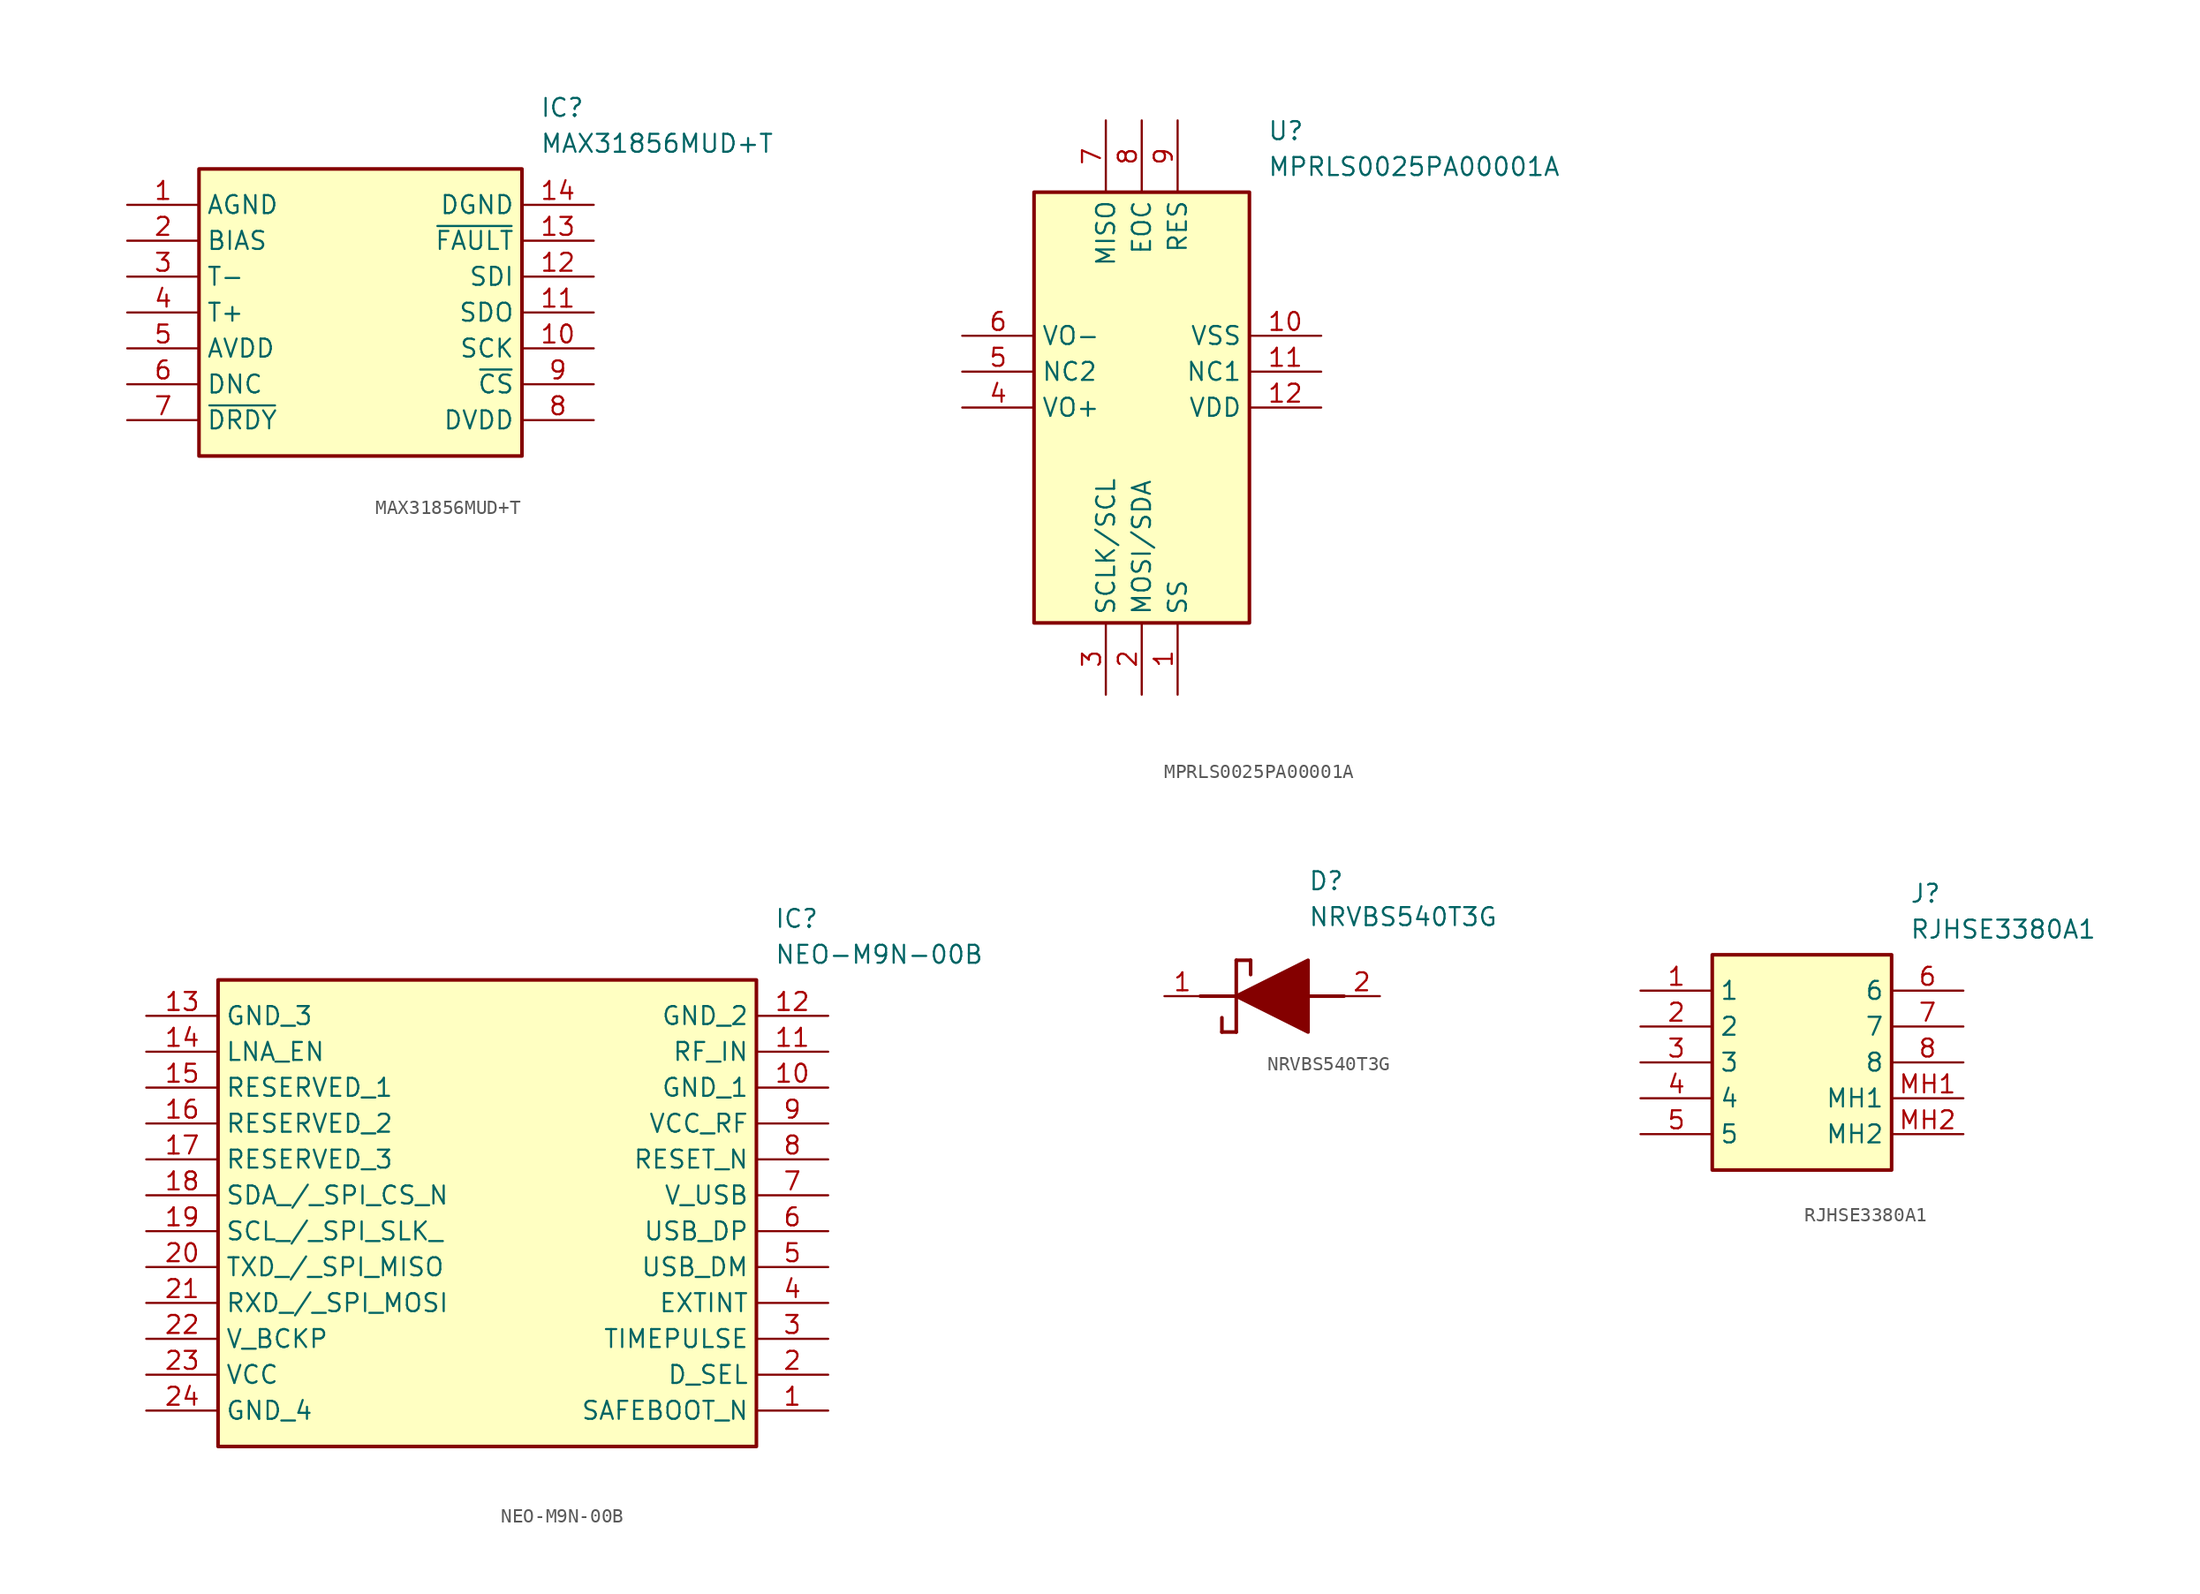
<source format=kicad_sym>
(kicad_symbol_lib
  (version 20220914)
  (generator SamacSys_ECAD_Model)
  (symbol "MAX31856MUD+T"
    (property "Reference" "IC"
      (at 29.21 7.62 0)
      (effects (font (size 1.27 1.27)) (justify left top)))
    (property "Value" "MAX31856MUD+T"
      (at 29.21 5.08 0)
      (effects (font (size 1.27 1.27)) (justify left top)))
    (rectangle
      (start 5.08 2.54)
      (end 27.94 -17.78)
      (stroke (width 0.254) (type default))
      (fill (type background)))
    (pin passive line
      (at 0 0 0)
      (length 5.08)
      (name "AGND" (effects (font (size 1.27 1.27))))
      (number "1" (effects (font (size 1.27 1.27)))))
    (pin passive line
      (at 0 -2.54 0)
      (length 5.08)
      (name "BIAS" (effects (font (size 1.27 1.27))))
      (number "2" (effects (font (size 1.27 1.27)))))
    (pin passive line
      (at 0 -5.08 0)
      (length 5.08)
      (name "T-" (effects (font (size 1.27 1.27))))
      (number "3" (effects (font (size 1.27 1.27)))))
    (pin passive line
      (at 0 -7.62 0)
      (length 5.08)
      (name "T+" (effects (font (size 1.27 1.27))))
      (number "4" (effects (font (size 1.27 1.27)))))
    (pin passive line
      (at 0 -10.16 0)
      (length 5.08)
      (name "AVDD" (effects (font (size 1.27 1.27))))
      (number "5" (effects (font (size 1.27 1.27)))))
    (pin passive line
      (at 0 -12.7 0)
      (length 5.08)
      (name "DNC" (effects (font (size 1.27 1.27))))
      (number "6" (effects (font (size 1.27 1.27)))))
    (pin passive line
      (at 0 -15.24 0)
      (length 5.08)
      (name "~{DRDY}" (effects (font (size 1.27 1.27))))
      (number "7" (effects (font (size 1.27 1.27)))))
    (pin passive line
      (at 33.02 0 180)
      (length 5.08)
      (name "DGND" (effects (font (size 1.27 1.27))))
      (number "14" (effects (font (size 1.27 1.27)))))
    (pin passive line
      (at 33.02 -2.54 180)
      (length 5.08)
      (name "~{FAULT}" (effects (font (size 1.27 1.27))))
      (number "13" (effects (font (size 1.27 1.27)))))
    (pin passive line
      (at 33.02 -5.08 180)
      (length 5.08)
      (name "SDI" (effects (font (size 1.27 1.27))))
      (number "12" (effects (font (size 1.27 1.27)))))
    (pin passive line
      (at 33.02 -7.62 180)
      (length 5.08)
      (name "SDO" (effects (font (size 1.27 1.27))))
      (number "11" (effects (font (size 1.27 1.27)))))
    (pin passive line
      (at 33.02 -10.16 180)
      (length 5.08)
      (name "SCK" (effects (font (size 1.27 1.27))))
      (number "10" (effects (font (size 1.27 1.27)))))
    (pin passive line
      (at 33.02 -12.7 180)
      (length 5.08)
      (name "~{CS}" (effects (font (size 1.27 1.27))))
      (number "9" (effects (font (size 1.27 1.27)))))
    (pin passive line
      (at 33.02 -15.24 180)
      (length 5.08)
      (name "DVDD" (effects (font (size 1.27 1.27))))
      (number "8" (effects (font (size 1.27 1.27))))))
  (symbol "MPRLS0025PA00001A"
    (property "Reference" "U"
      (at 21.59 15.24 0)
      (effects (font (size 1.27 1.27)) (justify left top)))
    (property "Value" "MPRLS0025PA00001A"
      (at 21.59 12.7 0)
      (effects (font (size 1.27 1.27)) (justify left top)))
    (rectangle
      (start 5.08 10.16)
      (end 20.32 -20.32)
      (stroke (width 0.254) (type default))
      (fill (type background)))
    (pin passive line
      (at 15.24 -25.4 90)
      (length 5.08)
      (name "SS" (effects (font (size 1.27 1.27))))
      (number "1" (effects (font (size 1.27 1.27)))))
    (pin passive line
      (at 12.7 -25.4 90)
      (length 5.08)
      (name "MOSI/SDA" (effects (font (size 1.27 1.27))))
      (number "2" (effects (font (size 1.27 1.27)))))
    (pin passive line
      (at 10.16 -25.4 90)
      (length 5.08)
      (name "SCLK/SCL" (effects (font (size 1.27 1.27))))
      (number "3" (effects (font (size 1.27 1.27)))))
    (pin passive line
      (at 0 -5.08 0)
      (length 5.08)
      (name "VO+" (effects (font (size 1.27 1.27))))
      (number "4" (effects (font (size 1.27 1.27)))))
    (pin passive line
      (at 0 -2.54 0)
      (length 5.08)
      (name "NC2" (effects (font (size 1.27 1.27))))
      (number "5" (effects (font (size 1.27 1.27)))))
    (pin passive line
      (at 0 0 0)
      (length 5.08)
      (name "VO-" (effects (font (size 1.27 1.27))))
      (number "6" (effects (font (size 1.27 1.27)))))
    (pin passive line
      (at 10.16 15.24 270)
      (length 5.08)
      (name "MISO" (effects (font (size 1.27 1.27))))
      (number "7" (effects (font (size 1.27 1.27)))))
    (pin passive line
      (at 12.7 15.24 270)
      (length 5.08)
      (name "EOC" (effects (font (size 1.27 1.27))))
      (number "8" (effects (font (size 1.27 1.27)))))
    (pin passive line
      (at 15.24 15.24 270)
      (length 5.08)
      (name "RES" (effects (font (size 1.27 1.27))))
      (number "9" (effects (font (size 1.27 1.27)))))
    (pin passive line
      (at 25.4 0 180)
      (length 5.08)
      (name "VSS" (effects (font (size 1.27 1.27))))
      (number "10" (effects (font (size 1.27 1.27)))))
    (pin passive line
      (at 25.4 -2.54 180)
      (length 5.08)
      (name "NC1" (effects (font (size 1.27 1.27))))
      (number "11" (effects (font (size 1.27 1.27)))))
    (pin passive line
      (at 25.4 -5.08 180)
      (length 5.08)
      (name "VDD" (effects (font (size 1.27 1.27))))
      (number "12" (effects (font (size 1.27 1.27))))))
  (symbol "NEO-M9N-00B"
    (property "Reference" "IC"
      (at 44.45 7.62 0)
      (effects (font (size 1.27 1.27)) (justify left top)))
    (property "Value" "NEO-M9N-00B"
      (at 44.45 5.08 0)
      (effects (font (size 1.27 1.27)) (justify left top)))
    (rectangle
      (start 5.08 2.54)
      (end 43.18 -30.48)
      (stroke (width 0.254) (type default))
      (fill (type background)))
    (pin passive line
      (at 48.26 -27.94 180)
      (length 5.08)
      (name "SAFEBOOT_N" (effects (font (size 1.27 1.27))))
      (number "1" (effects (font (size 1.27 1.27)))))
    (pin passive line
      (at 48.26 -25.4 180)
      (length 5.08)
      (name "D_SEL" (effects (font (size 1.27 1.27))))
      (number "2" (effects (font (size 1.27 1.27)))))
    (pin passive line
      (at 48.26 -22.86 180)
      (length 5.08)
      (name "TIMEPULSE" (effects (font (size 1.27 1.27))))
      (number "3" (effects (font (size 1.27 1.27)))))
    (pin passive line
      (at 48.26 -20.32 180)
      (length 5.08)
      (name "EXTINT" (effects (font (size 1.27 1.27))))
      (number "4" (effects (font (size 1.27 1.27)))))
    (pin passive line
      (at 48.26 -17.78 180)
      (length 5.08)
      (name "USB_DM" (effects (font (size 1.27 1.27))))
      (number "5" (effects (font (size 1.27 1.27)))))
    (pin passive line
      (at 48.26 -15.24 180)
      (length 5.08)
      (name "USB_DP" (effects (font (size 1.27 1.27))))
      (number "6" (effects (font (size 1.27 1.27)))))
    (pin passive line
      (at 48.26 -12.7 180)
      (length 5.08)
      (name "V_USB" (effects (font (size 1.27 1.27))))
      (number "7" (effects (font (size 1.27 1.27)))))
    (pin passive line
      (at 48.26 -10.16 180)
      (length 5.08)
      (name "RESET_N" (effects (font (size 1.27 1.27))))
      (number "8" (effects (font (size 1.27 1.27)))))
    (pin passive line
      (at 48.26 -7.62 180)
      (length 5.08)
      (name "VCC_RF" (effects (font (size 1.27 1.27))))
      (number "9" (effects (font (size 1.27 1.27)))))
    (pin passive line
      (at 48.26 -5.08 180)
      (length 5.08)
      (name "GND_1" (effects (font (size 1.27 1.27))))
      (number "10" (effects (font (size 1.27 1.27)))))
    (pin passive line
      (at 48.26 -2.54 180)
      (length 5.08)
      (name "RF_IN" (effects (font (size 1.27 1.27))))
      (number "11" (effects (font (size 1.27 1.27)))))
    (pin passive line
      (at 48.26 0 180)
      (length 5.08)
      (name "GND_2" (effects (font (size 1.27 1.27))))
      (number "12" (effects (font (size 1.27 1.27)))))
    (pin passive line
      (at 0 0 0)
      (length 5.08)
      (name "GND_3" (effects (font (size 1.27 1.27))))
      (number "13" (effects (font (size 1.27 1.27)))))
    (pin passive line
      (at 0 -2.54 0)
      (length 5.08)
      (name "LNA_EN" (effects (font (size 1.27 1.27))))
      (number "14" (effects (font (size 1.27 1.27)))))
    (pin passive line
      (at 0 -5.08 0)
      (length 5.08)
      (name "RESERVED_1" (effects (font (size 1.27 1.27))))
      (number "15" (effects (font (size 1.27 1.27)))))
    (pin passive line
      (at 0 -7.62 0)
      (length 5.08)
      (name "RESERVED_2" (effects (font (size 1.27 1.27))))
      (number "16" (effects (font (size 1.27 1.27)))))
    (pin passive line
      (at 0 -10.16 0)
      (length 5.08)
      (name "RESERVED_3" (effects (font (size 1.27 1.27))))
      (number "17" (effects (font (size 1.27 1.27)))))
    (pin passive line
      (at 0 -12.7 0)
      (length 5.08)
      (name "SDA_/_SPI_CS_N" (effects (font (size 1.27 1.27))))
      (number "18" (effects (font (size 1.27 1.27)))))
    (pin passive line
      (at 0 -15.24 0)
      (length 5.08)
      (name "SCL_/_SPI_SLK_" (effects (font (size 1.27 1.27))))
      (number "19" (effects (font (size 1.27 1.27)))))
    (pin passive line
      (at 0 -17.78 0)
      (length 5.08)
      (name "TXD_/_SPI_MISO" (effects (font (size 1.27 1.27))))
      (number "20" (effects (font (size 1.27 1.27)))))
    (pin passive line
      (at 0 -20.32 0)
      (length 5.08)
      (name "RXD_/_SPI_MOSI" (effects (font (size 1.27 1.27))))
      (number "21" (effects (font (size 1.27 1.27)))))
    (pin passive line
      (at 0 -22.86 0)
      (length 5.08)
      (name "V_BCKP" (effects (font (size 1.27 1.27))))
      (number "22" (effects (font (size 1.27 1.27)))))
    (pin passive line
      (at 0 -25.4 0)
      (length 5.08)
      (name "VCC" (effects (font (size 1.27 1.27))))
      (number "23" (effects (font (size 1.27 1.27)))))
    (pin passive line
      (at 0 -27.94 0)
      (length 5.08)
      (name "GND_4" (effects (font (size 1.27 1.27))))
      (number "24" (effects (font (size 1.27 1.27))))))
  (symbol "NRVBS540T3G"
    (pin_names hide)
    (property "Reference" "D"
      (at 12.7 8.89 0)
      (effects (font (size 1.27 1.27)) (justify left top)))
    (property "Value" "NRVBS540T3G"
      (at 12.7 6.35 0)
      (effects (font (size 1.27 1.27)) (justify left top)))
    (polyline
      (pts (xy 7.62 2.54) (xy 7.62 -2.54))
      (stroke (width 0.254) (type default))
      (fill (type none)))
    (polyline
      (pts (xy 7.62 2.54) (xy 8.636 2.54))
      (stroke (width 0.254) (type default))
      (fill (type none)))
    (polyline
      (pts (xy 8.636 1.524) (xy 8.636 2.54))
      (stroke (width 0.254) (type default))
      (fill (type none)))
    (polyline
      (pts (xy 7.62 -2.54) (xy 6.604 -2.54))
      (stroke (width 0.254) (type default))
      (fill (type none)))
    (polyline
      (pts (xy 6.604 -1.524) (xy 6.604 -2.54))
      (stroke (width 0.254) (type default))
      (fill (type none)))
    (polyline
      (pts (xy 5.08 0) (xy 7.62 0))
      (stroke (width 0.254) (type default))
      (fill (type none)))
    (polyline
      (pts (xy 12.7 0) (xy 15.24 0))
      (stroke (width 0.254) (type default))
      (fill (type none)))
    (polyline
      (pts (xy 7.62 0) (xy 12.7 2.54) (xy 12.7 -2.54) (xy 7.62 0))
      (stroke (width 0.254) (type default))
      (fill (type outline)))
    (pin passive line
      (at 2.54 0 0)
      (length 2.54)
      (name "K" (effects (font (size 1.27 1.27))))
      (number "1" (effects (font (size 1.27 1.27)))))
    (pin passive line
      (at 17.78 0 180)
      (length 2.54)
      (name "A" (effects (font (size 1.27 1.27))))
      (number "2" (effects (font (size 1.27 1.27))))))
  (symbol "RJHSE3380A1"
    (property "Reference" "J"
      (at 19.05 7.62 0)
      (effects (font (size 1.27 1.27)) (justify left top)))
    (property "Value" "RJHSE3380A1"
      (at 19.05 5.08 0)
      (effects (font (size 1.27 1.27)) (justify left top)))
    (rectangle
      (start 5.08 2.54)
      (end 17.78 -12.7)
      (stroke (width 0.254) (type default))
      (fill (type background)))
    (pin passive line
      (at 0 0 0)
      (length 5.08)
      (name "1" (effects (font (size 1.27 1.27))))
      (number "1" (effects (font (size 1.27 1.27)))))
    (pin passive line
      (at 0 -2.54 0)
      (length 5.08)
      (name "2" (effects (font (size 1.27 1.27))))
      (number "2" (effects (font (size 1.27 1.27)))))
    (pin passive line
      (at 0 -5.08 0)
      (length 5.08)
      (name "3" (effects (font (size 1.27 1.27))))
      (number "3" (effects (font (size 1.27 1.27)))))
    (pin passive line
      (at 0 -7.62 0)
      (length 5.08)
      (name "4" (effects (font (size 1.27 1.27))))
      (number "4" (effects (font (size 1.27 1.27)))))
    (pin passive line
      (at 0 -10.16 0)
      (length 5.08)
      (name "5" (effects (font (size 1.27 1.27))))
      (number "5" (effects (font (size 1.27 1.27)))))
    (pin passive line
      (at 22.86 0 180)
      (length 5.08)
      (name "6" (effects (font (size 1.27 1.27))))
      (number "6" (effects (font (size 1.27 1.27)))))
    (pin passive line
      (at 22.86 -2.54 180)
      (length 5.08)
      (name "7" (effects (font (size 1.27 1.27))))
      (number "7" (effects (font (size 1.27 1.27)))))
    (pin passive line
      (at 22.86 -5.08 180)
      (length 5.08)
      (name "8" (effects (font (size 1.27 1.27))))
      (number "8" (effects (font (size 1.27 1.27)))))
    (pin passive line
      (at 22.86 -7.62 180)
      (length 5.08)
      (name "MH1" (effects (font (size 1.27 1.27))))
      (number "MH1" (effects (font (size 1.27 1.27)))))
    (pin passive line
      (at 22.86 -10.16 180)
      (length 5.08)
      (name "MH2" (effects (font (size 1.27 1.27))))
      (number "MH2" (effects (font (size 1.27 1.27)))))))
</source>
